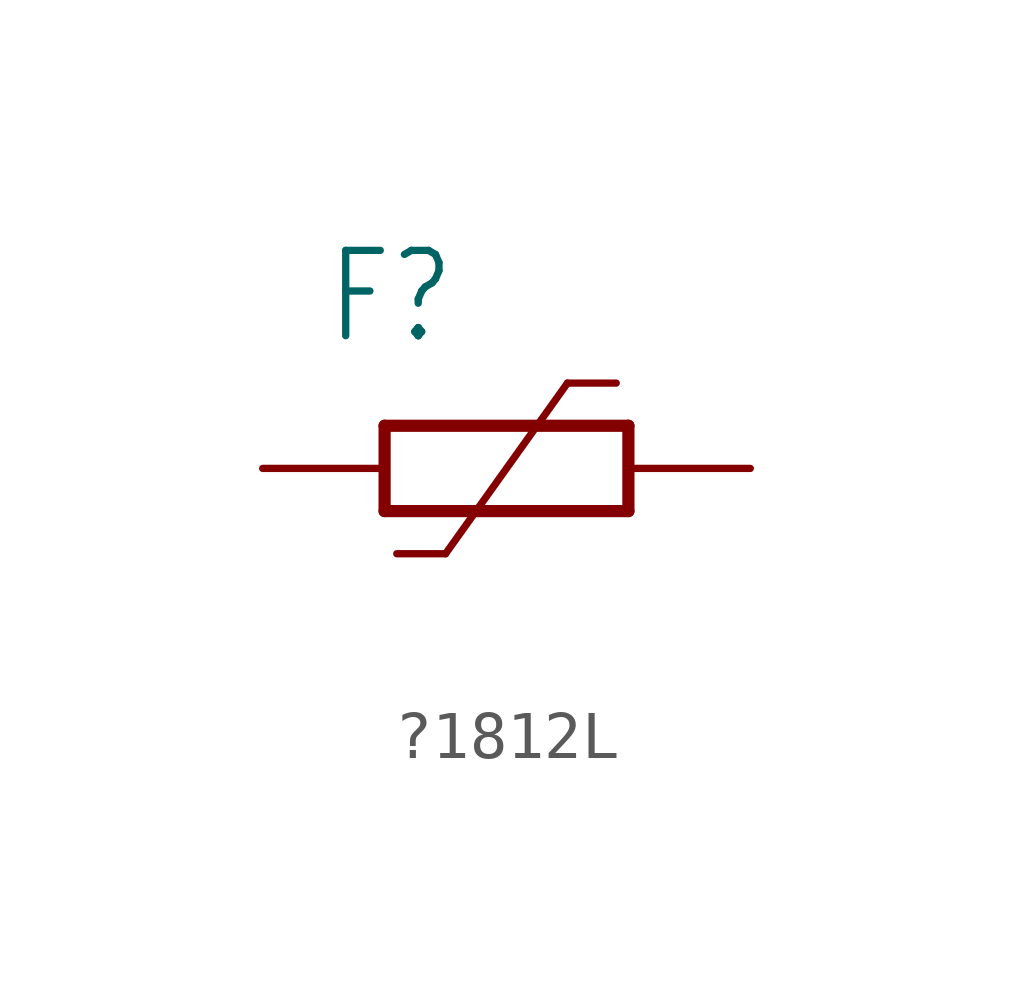
<source format=kicad_sym>
(kicad_symbol_lib
  (version 20231120)
  (generator "kicad_symbol_editor")
  (generator_version "8.0")
  (symbol "?1812L"
    (property "Reference" "F"
      (at -3.81 2.54 0)
      (effects (font (size 1.778 1.511)) (justify left bottom)))
    (property "Value" ""
      (at -3.81 -3.81 0)
      (effects (font (size 1.778 1.511)) (justify left bottom)))
    (property "ki_locked" ""
      (at 0 0 0)
      (effects (font (size 1.27 1.27))))
    (symbol "?1812L_1_0"
      (polyline (pts (xy -2.54 -0.889) (xy 2.54 -0.889)) (stroke (width 0.254) (type solid)) (fill (type none)))
      (polyline (pts (xy -2.54 0.889) (xy -2.54 -0.889)) (stroke (width 0.254) (type solid)) (fill (type none)))
      (polyline (pts (xy -1.27 -1.778) (xy -2.286 -1.778)) (stroke (width 0.152) (type solid)) (fill (type none)))
      (polyline (pts (xy 1.27 1.778) (xy -1.27 -1.778)) (stroke (width 0.152) (type solid)) (fill (type none)))
      (polyline (pts (xy 1.27 1.778) (xy 2.286 1.778)) (stroke (width 0.152) (type solid)) (fill (type none)))
      (polyline (pts (xy 2.54 0.889) (xy -2.54 0.889)) (stroke (width 0.254) (type solid)) (fill (type none)))
      (polyline (pts (xy 2.54 0.889) (xy 2.54 -0.889)) (stroke (width 0.254) (type solid)) (fill (type none)))
      (pin passive line (at 5.08 0 180) (length 2.54) (name "1" (effects (font (size 0 0)))) (number "1" (effects (font (size 0 0)))))
      (pin passive line (at -5.08 0 0) (length 2.54) (name "2" (effects (font (size 0 0)))) (number "2" (effects (font (size 0 0))))))))
</source>
